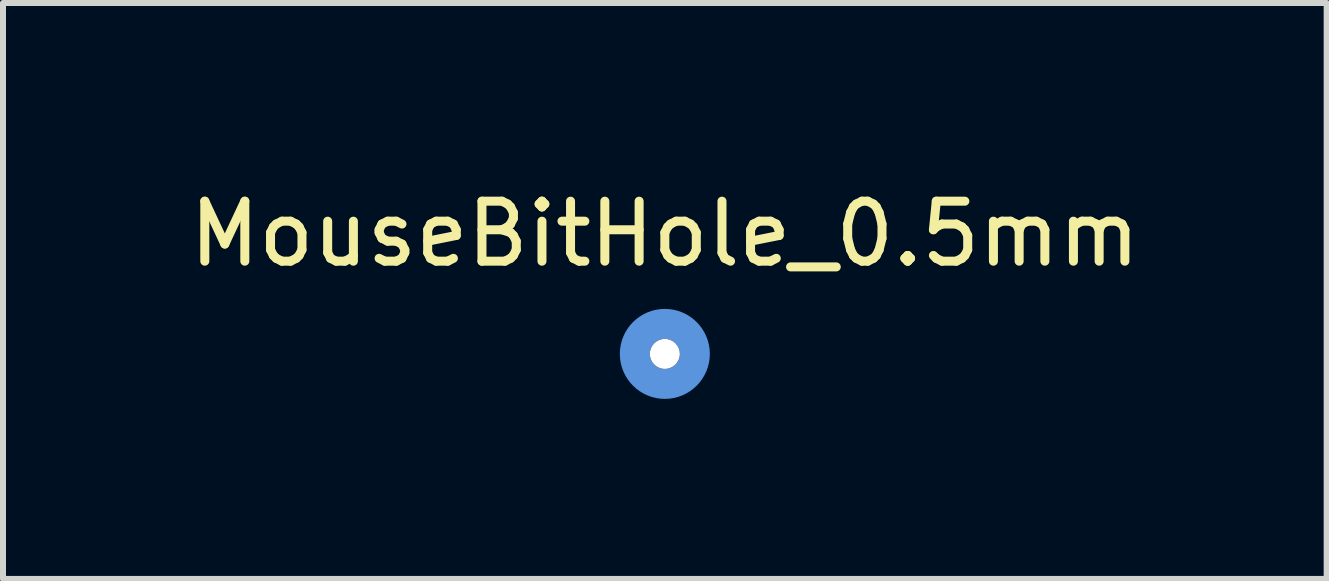
<source format=kicad_pcb>
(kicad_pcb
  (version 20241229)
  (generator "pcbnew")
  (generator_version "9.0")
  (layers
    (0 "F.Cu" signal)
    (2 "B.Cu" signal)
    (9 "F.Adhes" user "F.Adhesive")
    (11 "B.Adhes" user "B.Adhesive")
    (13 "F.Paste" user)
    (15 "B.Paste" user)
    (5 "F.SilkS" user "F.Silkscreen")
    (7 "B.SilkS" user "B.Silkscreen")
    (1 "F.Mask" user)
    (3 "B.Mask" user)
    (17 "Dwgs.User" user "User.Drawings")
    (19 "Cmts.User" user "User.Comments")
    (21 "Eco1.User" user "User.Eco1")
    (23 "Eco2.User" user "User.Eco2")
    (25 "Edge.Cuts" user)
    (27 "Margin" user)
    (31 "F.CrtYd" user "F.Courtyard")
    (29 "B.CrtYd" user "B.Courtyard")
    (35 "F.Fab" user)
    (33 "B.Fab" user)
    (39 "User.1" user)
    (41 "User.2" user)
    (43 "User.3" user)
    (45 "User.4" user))
  (footprint "MouseBitHole_0.5mm"
    (layer "F.Cu")
    (at 8.03 2.848)
    (property "Reference" "MouseBitHole_0.5mm" (at 0 -2 0) (unlocked yes) (layer "F.SilkS") (effects (font (size 1 1) (thickness 0.15))))
    (attr through_hole)
    (fp_circle (center 0 0) (end 0.5 0) (stroke (width 0.5) (type solid)) (fill no) (layer "Cmts.User"))
    (fp_circle (center 0 0) (end 0.5 0) (stroke (width 0.05) (type solid)) (fill no) (layer "F.CrtYd"))
    (pad "" np_thru_hole circle (at 0 0) (size 0.5 0.5) (drill 0.5) (layers "*.Cu" "*.Mask")))
  (gr_rect
    (start -3 -3)
    (end 19.06 6.598)
    (stroke (width 0.1) (type default))
    (fill no)
    (layer "Edge.Cuts")))
</source>
